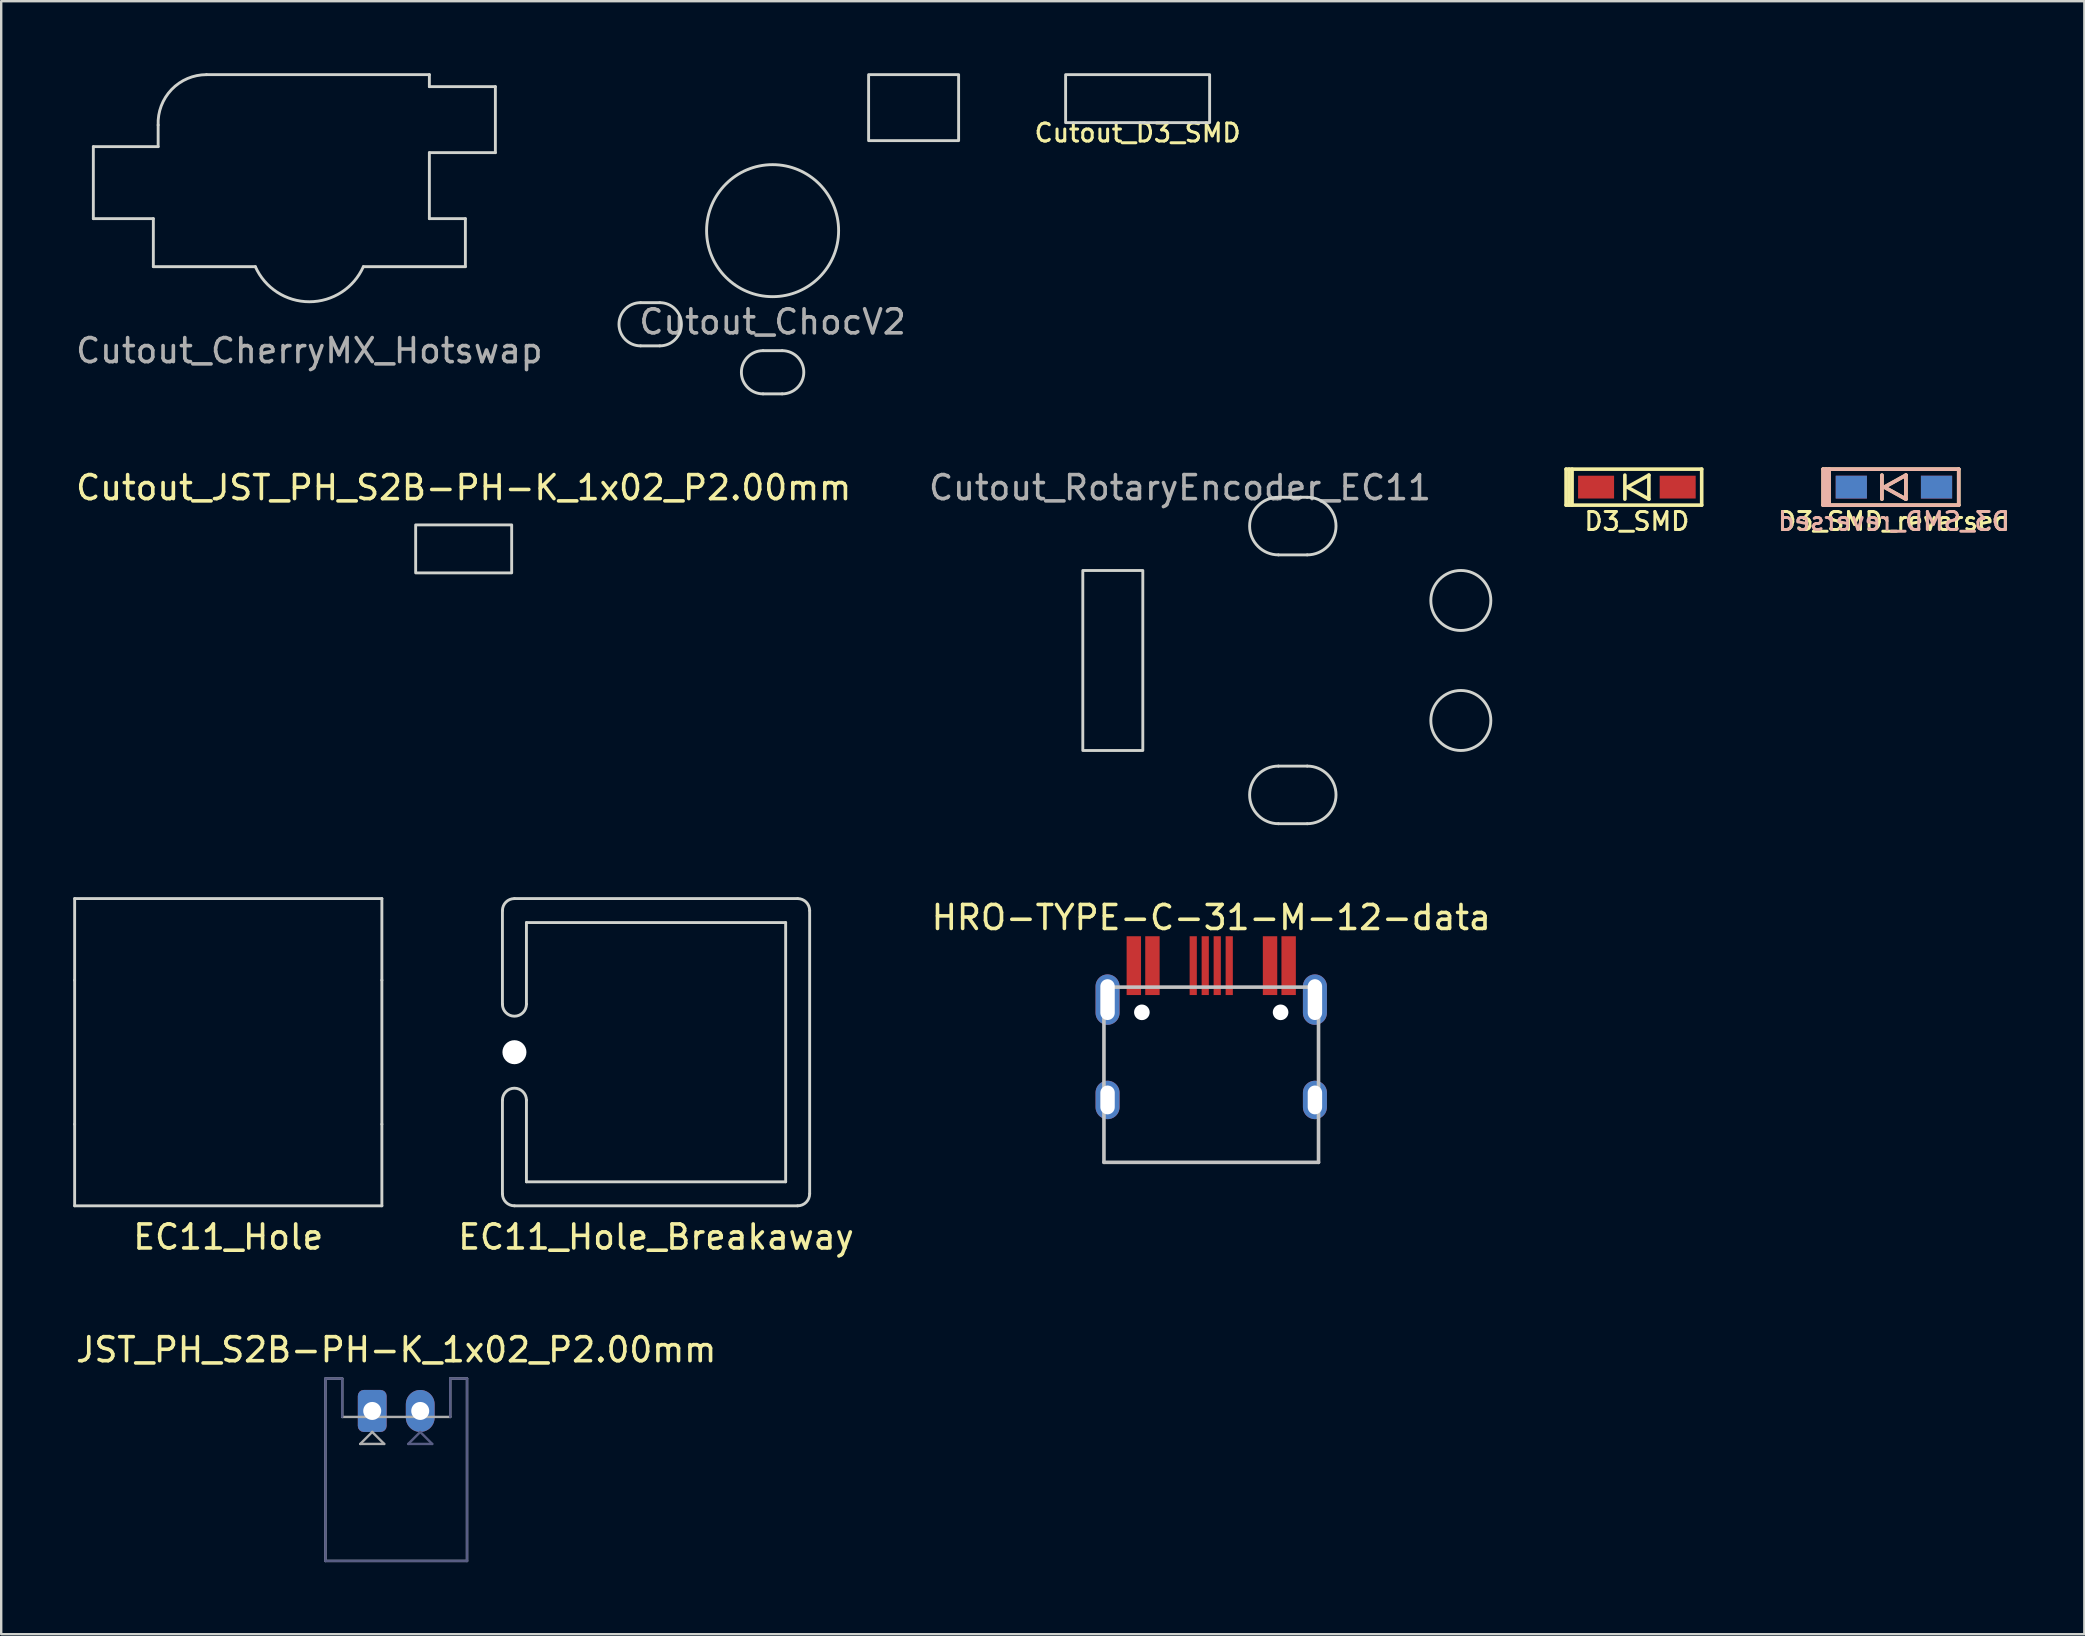
<source format=kicad_pcb>
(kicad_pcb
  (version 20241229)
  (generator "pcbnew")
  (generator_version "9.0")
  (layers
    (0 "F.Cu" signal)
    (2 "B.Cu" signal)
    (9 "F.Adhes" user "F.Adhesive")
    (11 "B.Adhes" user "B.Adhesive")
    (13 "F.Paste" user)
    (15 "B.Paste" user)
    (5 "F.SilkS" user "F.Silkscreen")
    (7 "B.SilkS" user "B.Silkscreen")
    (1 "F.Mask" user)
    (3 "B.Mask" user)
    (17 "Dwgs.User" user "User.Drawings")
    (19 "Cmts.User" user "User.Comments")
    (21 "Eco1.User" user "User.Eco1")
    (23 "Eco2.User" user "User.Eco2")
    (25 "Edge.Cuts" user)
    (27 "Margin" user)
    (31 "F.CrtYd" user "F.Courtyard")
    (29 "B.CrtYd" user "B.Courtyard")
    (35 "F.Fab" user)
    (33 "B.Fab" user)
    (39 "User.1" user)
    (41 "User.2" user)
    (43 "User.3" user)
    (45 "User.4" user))
  (footprint "D3_SMD"
    (layer "F.Cu")
    (at 65.148 17.245)
    (property "Reference" "D3_SMD" (at 0 1.425 0) (layer "F.SilkS") (effects (font (size 0.75 0.75) (thickness 0.125))))
    (attr through_hole)
    (fp_line (start -2.95 -0.75) (end -2.95 0.75) (stroke (width 0.15) (type solid)) (layer "F.SilkS"))
    (fp_line (start -2.95 0.75) (end 2.7 0.75) (stroke (width 0.15) (type solid)) (layer "F.SilkS"))
    (fp_line (start -2.825 -0.75) (end -2.825 0.75) (stroke (width 0.15) (type solid)) (layer "F.SilkS"))
    (fp_line (start -2.7 -0.75) (end -2.7 0.75) (stroke (width 0.15) (type solid)) (layer "F.SilkS"))
    (fp_line (start -0.5 -0.5) (end -0.5 0.5) (stroke (width 0.15) (type solid)) (layer "F.SilkS"))
    (fp_line (start -0.4 0) (end 0.5 -0.5) (stroke (width 0.15) (type solid)) (layer "F.SilkS"))
    (fp_line (start 0.5 -0.5) (end 0.5 0.5) (stroke (width 0.15) (type solid)) (layer "F.SilkS"))
    (fp_line (start 0.5 0.5) (end -0.4 0) (stroke (width 0.15) (type solid)) (layer "F.SilkS"))
    (fp_line (start 2.7 -0.75) (end -2.95 -0.75) (stroke (width 0.15) (type solid)) (layer "F.SilkS"))
    (fp_line (start 2.7 0.75) (end 2.7 -0.75) (stroke (width 0.15) (type solid)) (layer "F.SilkS"))
    (pad "1" smd rect (at -1.7 0) (size 1.5 0.95) (layers "F.Cu" "F.Mask" "F.Paste"))
    (pad "2" smd rect (at 1.7 0) (size 1.5 0.95) (layers "F.Cu" "F.Mask" "F.Paste")))
  (footprint "JST_PH_S2B-PH-K_1x02_P2.00mm"
    (layer "F.Cu")
    (at 12.458 55.735)
    (property "Reference" "JST_PH_S2B-PH-K_1x02_P2.00mm" (at 1 -2.55 0) (layer "F.SilkS") (effects (font (size 1 1) (thickness 0.15))))
    (attr through_hole)
    (fp_line (start -1.95 -1.35) (end -1.25 -1.35) (stroke (width 0.1) (type solid)) (layer "B.Fab"))
    (fp_line (start -1.95 6.25) (end -1.95 -1.35) (stroke (width 0.1) (type solid)) (layer "B.Fab"))
    (fp_line (start -1.25 -1.35) (end -1.25 0.25) (stroke (width 0.1) (type solid)) (layer "B.Fab"))
    (fp_line (start 1.5 1.375) (end 2 0.875) (stroke (width 0.1) (type solid)) (layer "B.Fab"))
    (fp_line (start 2 0.875) (end 2.5 1.375) (stroke (width 0.1) (type solid)) (layer "B.Fab"))
    (fp_line (start 2.5 1.375) (end 1.5 1.375) (stroke (width 0.1) (type solid)) (layer "B.Fab"))
    (fp_line (start 3.25 -1.35) (end 3.95 -1.35) (stroke (width 0.1) (type solid)) (layer "B.Fab"))
    (fp_line (start 3.25 0.25) (end 3.25 -1.35) (stroke (width 0.1) (type solid)) (layer "B.Fab"))
    (fp_line (start 3.95 -1.35) (end 3.95 6.25) (stroke (width 0.1) (type solid)) (layer "B.Fab"))
    (fp_line (start 3.95 6.25) (end -1.95 6.25) (stroke (width 0.1) (type solid)) (layer "B.Fab"))
    (fp_line (start -1.95 -1.35) (end -1.95 6.25) (stroke (width 0.1) (type solid)) (layer "F.Fab"))
    (fp_line (start -1.95 6.25) (end 3.95 6.25) (stroke (width 0.1) (type solid)) (layer "F.Fab"))
    (fp_line (start -1.25 -1.35) (end -1.95 -1.35) (stroke (width 0.1) (type solid)) (layer "F.Fab"))
    (fp_line (start -1.25 0.25) (end -1.25 -1.35) (stroke (width 0.1) (type solid)) (layer "F.Fab"))
    (fp_line (start -0.5 1.375) (end 0.5 1.375) (stroke (width 0.1) (type solid)) (layer "F.Fab"))
    (fp_line (start 0 0.875) (end -0.5 1.375) (stroke (width 0.1) (type solid)) (layer "F.Fab"))
    (fp_line (start 0.5 1.375) (end 0 0.875) (stroke (width 0.1) (type solid)) (layer "F.Fab"))
    (fp_line (start 3.25 -1.35) (end 3.25 0.25) (stroke (width 0.1) (type solid)) (layer "F.Fab"))
    (fp_line (start 3.25 0.25) (end -1.25 0.25) (stroke (width 0.1) (type solid)) (layer "F.Fab"))
    (fp_line (start 3.95 -1.35) (end 3.25 -1.35) (stroke (width 0.1) (type solid)) (layer "F.Fab"))
    (fp_line (start 3.95 6.25) (end 3.95 -1.35) (stroke (width 0.1) (type solid)) (layer "F.Fab"))
    (pad "1" thru_hole roundrect (at 0 0) (size 1.2 1.75) (drill 0.75) (layers "*.Cu" "*.Mask") (roundrect_rratio 0.208))
    (pad "2" thru_hole oval (at 2 0) (size 1.2 1.75) (drill 0.75) (layers "*.Cu" "*.Mask")))
  (footprint "HRO-TYPE-C-31-M-12-data"
    (layer "F.Cu")
    (at 47.414 45.377)
    (property "Reference" "HRO-TYPE-C-31-M-12-data" (at 0 -10.2 0) (layer "F.SilkS") (effects (font (size 1 1) (thickness 0.15))))
    (attr smd)
    (fp_line (start -4.47 -7.3) (end 4.47 -7.3) (stroke (width 0.15) (type solid)) (layer "Dwgs.User"))
    (fp_line (start -4.47 0) (end -4.47 -7.3) (stroke (width 0.15) (type solid)) (layer "Dwgs.User"))
    (fp_line (start -4.47 0) (end 4.47 0) (stroke (width 0.15) (type solid)) (layer "Dwgs.User"))
    (fp_line (start 4.47 0) (end 4.47 -7.3) (stroke (width 0.15) (type solid)) (layer "Dwgs.User"))
    (pad "" np_thru_hole circle (at -2.89 -6.25) (size 0.65 0.65) (drill 0.65) (layers "*.Cu" "*.Mask"))
    (pad "" np_thru_hole circle (at 2.89 -6.25) (size 0.65 0.65) (drill 0.65) (layers "*.Cu" "*.Mask"))
    (pad "1" smd rect (at -3.225 -8.195) (size 0.6 2.45) (layers "F.Cu" "F.Mask" "F.Paste"))
    (pad "2" smd rect (at -2.45 -8.195) (size 0.6 2.45) (layers "F.Cu" "F.Mask" "F.Paste"))
    (pad "5" smd rect (at -0.75 -8.195) (size 0.3 2.45) (layers "F.Cu" "F.Mask" "F.Paste"))
    (pad "6" smd rect (at -0.25 -8.195) (size 0.3 2.45) (layers "F.Cu" "F.Mask" "F.Paste"))
    (pad "7" smd rect (at 0.25 -8.195) (size 0.3 2.45) (layers "F.Cu" "F.Mask" "F.Paste"))
    (pad "8" smd rect (at 0.75 -8.195) (size 0.3 2.45) (layers "F.Cu" "F.Mask" "F.Paste"))
    (pad "11" smd rect (at 2.45 -8.195) (size 0.6 2.45) (layers "F.Cu" "F.Mask" "F.Paste"))
    (pad "12" smd rect (at 3.225 -8.195) (size 0.6 2.45) (layers "F.Cu" "F.Mask" "F.Paste"))
    (pad "13" thru_hole oval (at -4.32 -6.78) (size 1 2.1) (drill oval 0.6 1.7) (layers "*.Cu" "B.Mask"))
    (pad "13" thru_hole oval (at -4.32 -2.6) (size 1 1.6) (drill oval 0.6 1.2) (layers "*.Cu" "B.Mask"))
    (pad "13" thru_hole oval (at 4.32 -6.78) (size 1 2.1) (drill oval 0.6 1.7) (layers "*.Cu" "B.Mask"))
    (pad "13" thru_hole oval (at 4.32 -2.6) (size 1 1.6) (drill oval 0.6 1.2) (layers "*.Cu" "B.Mask")))
  (footprint "Cutout_D3_SMD"
    (layer "F.Cu")
    (at 44.347 1.06)
    (property "Reference" "Cutout_D3_SMD" (at 0 1.425 0) (layer "F.SilkS") (effects (font (size 0.75 0.75) (thickness 0.125))))
    (fp_rect (start -3 -1) (end 3 1) (stroke (width 0.12) (type solid)) (fill no) (layer "Edge.Cuts")))
  (footprint "EC11_Hole"
    (layer "F.Cu")
    (at 6.46 40.788)
    (property "Reference" "EC11_Hole" (at 0 7.7 0) (unlocked yes) (layer "F.SilkS") (effects (font (size 1 1) (thickness 0.15))))
    (attr through_hole)
    (fp_line (start -6.4 -6.4) (end -6.4 -3) (stroke (width 0.12) (type solid)) (layer "Edge.Cuts"))
    (fp_line (start -6.4 -6.4) (end 6.4 -6.4) (stroke (width 0.12) (type solid)) (layer "Edge.Cuts"))
    (fp_line (start -6.4 -3) (end -6.4 3) (stroke (width 0.12) (type solid)) (layer "Edge.Cuts"))
    (fp_line (start -6.4 3) (end -6.4 6.4) (stroke (width 0.12) (type solid)) (layer "Edge.Cuts"))
    (fp_line (start 6.4 -3) (end 6.4 -6.4) (stroke (width 0.12) (type solid)) (layer "Edge.Cuts"))
    (fp_line (start 6.4 -3) (end 6.4 3) (stroke (width 0.12) (type solid)) (layer "Edge.Cuts"))
    (fp_line (start 6.4 6.4) (end -6.4 6.4) (stroke (width 0.12) (type solid)) (layer "Edge.Cuts"))
    (fp_line (start 6.4 6.4) (end 6.4 3) (stroke (width 0.12) (type solid)) (layer "Edge.Cuts")))
  (footprint "Cutout_CherryMX_Hotswap"
    (layer "F.Cu")
    (at 9.839 7.06)
    (property "Reference" "Cutout_CherryMX_Hotswap" (at 0 4.5 0) (layer "F.Fab") (effects (font (size 1 1) (thickness 0.15))))
    (fp_line (start -9 -4) (end -9 -1) (stroke (width 0.12) (type solid)) (layer "Edge.Cuts"))
    (fp_line (start -9 -1) (end -6.5 -1) (stroke (width 0.12) (type solid)) (layer "Edge.Cuts"))
    (fp_line (start -6.5 -1) (end -6.5 1) (stroke (width 0.12) (type solid)) (layer "Edge.Cuts"))
    (fp_line (start -6.5 1) (end -2.25 1) (stroke (width 0.12) (type solid)) (layer "Edge.Cuts"))
    (fp_line (start -6.3 -4) (end -9 -4) (stroke (width 0.12) (type solid)) (layer "Edge.Cuts"))
    (fp_line (start -6.3 -4) (end -6.3 -4.9) (stroke (width 0.12) (type solid)) (layer "Edge.Cuts"))
    (fp_line (start 2.25 1) (end 6.5 1) (stroke (width 0.12) (type solid)) (layer "Edge.Cuts"))
    (fp_line (start 5 -7) (end -4.286 -7) (stroke (width 0.12) (type solid)) (layer "Edge.Cuts"))
    (fp_line (start 5 -6.5) (end 5 -7) (stroke (width 0.12) (type solid)) (layer "Edge.Cuts"))
    (fp_line (start 5 -3.75) (end 7.75 -3.75) (stroke (width 0.12) (type solid)) (layer "Edge.Cuts"))
    (fp_line (start 5 -1) (end 5 -3.75) (stroke (width 0.12) (type solid)) (layer "Edge.Cuts"))
    (fp_line (start 6.5 -1) (end 5 -1) (stroke (width 0.12) (type solid)) (layer "Edge.Cuts"))
    (fp_line (start 6.5 1) (end 6.5 -1) (stroke (width 0.12) (type solid)) (layer "Edge.Cuts"))
    (fp_line (start 7.75 -6.5) (end 5 -6.5) (stroke (width 0.12) (type solid)) (layer "Edge.Cuts"))
    (fp_line (start 7.75 -3.75) (end 7.75 -6.5) (stroke (width 0.12) (type solid)) (layer "Edge.Cuts"))
    (fp_arc (start -6.3 -4.9) (mid -5.740696 -6.37951) (end -4.285786 -7) (stroke (width 0.12) (type solid)) (layer "Edge.Cuts"))
    (fp_arc (start 2.25 1) (mid 0 2.462214) (end -2.25 1) (stroke (width 0.12) (type solid)) (layer "Edge.Cuts")))
  (footprint "Cutout_RotaryEncoder_EC11"
    (layer "F.Cu")
    (at 50.813 24.468)
    (property "Reference" "Cutout_RotaryEncoder_EC11" (at -4.7 -7.2 0) (layer "F.Fab") (effects (font (size 1 1) (thickness 0.15))))
    (attr through_hole)
    (fp_line (start -0.6 -6.8) (end 0.6 -6.8) (stroke (width 0.12) (type solid)) (layer "Edge.Cuts"))
    (fp_line (start -0.6 -4.4) (end 0.6 -4.4) (stroke (width 0.12) (type solid)) (layer "Edge.Cuts"))
    (fp_line (start -0.6 4.4) (end 0.6 4.4) (stroke (width 0.12) (type solid)) (layer "Edge.Cuts"))
    (fp_line (start -0.6 6.8) (end 0.6 6.8) (stroke (width 0.12) (type solid)) (layer "Edge.Cuts"))
    (fp_rect (start -8.75 -3.75) (end -6.25 3.75) (stroke (width 0.12) (type solid)) (fill no) (layer "Edge.Cuts"))
    (fp_arc (start -0.6 -4.4) (mid -1.8 -5.6) (end -0.6 -6.8) (stroke (width 0.12) (type solid)) (layer "Edge.Cuts"))
    (fp_arc (start -0.6 6.8) (mid -1.8 5.6) (end -0.6 4.4) (stroke (width 0.12) (type solid)) (layer "Edge.Cuts"))
    (fp_arc (start 0.6 -6.8) (mid 1.8 -5.6) (end 0.6 -4.4) (stroke (width 0.12) (type solid)) (layer "Edge.Cuts"))
    (fp_arc (start 0.6 4.4) (mid 1.8 5.6) (end 0.6 6.8) (stroke (width 0.12) (type solid)) (layer "Edge.Cuts"))
    (fp_circle (center 7 -2.5) (end 7 -3.75) (stroke (width 0.12) (type solid)) (fill no) (layer "Edge.Cuts"))
    (fp_circle (center 7 2.5) (end 7 1.25) (stroke (width 0.12) (type solid)) (fill no) (layer "Edge.Cuts")))
  (footprint "Cutout_ChocV2"
    (layer "F.Cu")
    (at 29.139 6.56)
    (property "Reference" "Cutout_ChocV2" (at 0 3.8 0) (layer "F.Fab") (effects (font (size 1 1) (thickness 0.15))))
    (attr through_hole)
    (fp_line (start -5.5 3) (end -4.7 3) (stroke (width 0.12) (type solid)) (layer "Edge.Cuts"))
    (fp_line (start -5.5 4.8) (end -4.7 4.8) (stroke (width 0.12) (type solid)) (layer "Edge.Cuts"))
    (fp_line (start -0.4 5) (end 0.4 5) (stroke (width 0.12) (type solid)) (layer "Edge.Cuts"))
    (fp_line (start -0.4 6.8) (end 0.4 6.8) (stroke (width 0.12) (type solid)) (layer "Edge.Cuts"))
    (fp_rect (start 4 -6.5) (end 7.75 -3.75) (stroke (width 0.12) (type solid)) (fill no) (layer "Edge.Cuts"))
    (fp_arc (start -5.5 4.8) (mid -6.4 3.9) (end -5.5 3) (stroke (width 0.12) (type solid)) (layer "Edge.Cuts"))
    (fp_arc (start -4.7 3) (mid -3.8 3.9) (end -4.7 4.8) (stroke (width 0.12) (type solid)) (layer "Edge.Cuts"))
    (fp_arc (start -0.4 6.8) (mid -1.3 5.9) (end -0.4 5) (stroke (width 0.12) (type solid)) (layer "Edge.Cuts"))
    (fp_arc (start 0.4 5) (mid 1.3 5.9) (end 0.4 6.8) (stroke (width 0.12) (type solid)) (layer "Edge.Cuts"))
    (fp_circle (center 0 0) (end 0 -2.75) (stroke (width 0.12) (type solid)) (fill no) (layer "Edge.Cuts")))
  (footprint "EC11_Hole_Breakaway"
    (layer "F.Cu")
    (at 24.283 40.788)
    (property "Reference" "EC11_Hole_Breakaway" (at 0 7.7 0) (unlocked yes) (layer "F.SilkS") (effects (font (size 1 1) (thickness 0.15))))
    (fp_line (start -6.4 -5.9) (end -6.4 -2) (stroke (width 0.12) (type solid)) (layer "Edge.Cuts"))
    (fp_line (start -6.4 2) (end -6.4 5.9) (stroke (width 0.12) (type solid)) (layer "Edge.Cuts"))
    (fp_line (start -5.9 -6.4) (end 5.9 -6.4) (stroke (width 0.12) (type solid)) (layer "Edge.Cuts"))
    (fp_line (start -5.4 -5.4) (end 5.4 -5.4) (stroke (width 0.12) (type solid)) (layer "Edge.Cuts"))
    (fp_line (start -5.4 -2) (end -5.4 -5.4) (stroke (width 0.12) (type solid)) (layer "Edge.Cuts"))
    (fp_line (start -5.4 5.4) (end -5.4 2) (stroke (width 0.12) (type solid)) (layer "Edge.Cuts"))
    (fp_line (start 5.4 -5.4) (end 5.4 5.4) (stroke (width 0.12) (type solid)) (layer "Edge.Cuts"))
    (fp_line (start 5.4 5.4) (end -5.4 5.4) (stroke (width 0.12) (type solid)) (layer "Edge.Cuts"))
    (fp_line (start 5.9 6.4) (end -5.9 6.4) (stroke (width 0.12) (type solid)) (layer "Edge.Cuts"))
    (fp_line (start 6.4 5.9) (end 6.4 -5.9) (stroke (width 0.12) (type solid)) (layer "Edge.Cuts"))
    (fp_arc (start -6.4 -5.9) (mid -6.253553 -6.253553) (end -5.9 -6.4) (stroke (width 0.12) (type solid)) (layer "Edge.Cuts"))
    (fp_arc (start -6.4 2) (mid -5.9 1.5) (end -5.4 2) (stroke (width 0.12) (type solid)) (layer "Edge.Cuts"))
    (fp_arc (start -5.9 6.4) (mid -6.253553 6.253553) (end -6.4 5.9) (stroke (width 0.12) (type solid)) (layer "Edge.Cuts"))
    (fp_arc (start -5.4 -2) (mid -5.9 -1.5) (end -6.4 -2) (stroke (width 0.12) (type solid)) (layer "Edge.Cuts"))
    (fp_arc (start 5.9 -6.4) (mid 6.253553 -6.253553) (end 6.4 -5.9) (stroke (width 0.12) (type solid)) (layer "Edge.Cuts"))
    (fp_arc (start 6.4 5.9) (mid 6.253553 6.253553) (end 5.9 6.4) (stroke (width 0.12) (type solid)) (layer "Edge.Cuts"))
    (pad "" np_thru_hole circle (at -5.9 0 90) (size 1 1) (drill 1) (layers "*.Cu" "*.Mask")))
  (footprint "D3_SMD_reversed"
    (layer "F.Cu")
    (at 75.857 17.245)
    (property "Reference" "D3_SMD_reversed" (at 0 1.425 0) (layer "F.SilkS") (effects (font (size 0.75 0.75) (thickness 0.125))))
    (attr through_hole)
    (fp_line (start -2.95 -0.75) (end -2.95 0.75) (stroke (width 0.15) (type solid)) (layer "F.SilkS"))
    (fp_line (start -2.95 0.75) (end 2.7 0.75) (stroke (width 0.15) (type solid)) (layer "F.SilkS"))
    (fp_line (start -2.825 -0.75) (end -2.825 0.75) (stroke (width 0.15) (type solid)) (layer "F.SilkS"))
    (fp_line (start -2.7 -0.75) (end -2.7 0.75) (stroke (width 0.15) (type solid)) (layer "F.SilkS"))
    (fp_line (start -0.5 -0.5) (end -0.5 0.5) (stroke (width 0.15) (type solid)) (layer "F.SilkS"))
    (fp_line (start -0.4 0) (end 0.5 -0.5) (stroke (width 0.15) (type solid)) (layer "F.SilkS"))
    (fp_line (start 0.5 -0.5) (end 0.5 0.5) (stroke (width 0.15) (type solid)) (layer "F.SilkS"))
    (fp_line (start 0.5 0.5) (end -0.4 0) (stroke (width 0.15) (type solid)) (layer "F.SilkS"))
    (fp_line (start 2.7 -0.75) (end -2.95 -0.75) (stroke (width 0.15) (type solid)) (layer "F.SilkS"))
    (fp_line (start 2.7 -0.75) (end 2.7 0.75) (stroke (width 0.15) (type solid)) (layer "F.SilkS"))
    (fp_line (start -2.95 -0.75) (end -2.95 0.75) (stroke (width 0.15) (type solid)) (layer "B.SilkS"))
    (fp_line (start -2.95 0.75) (end 2.7 0.75) (stroke (width 0.15) (type solid)) (layer "B.SilkS"))
    (fp_line (start -2.825 -0.75) (end -2.825 0.75) (stroke (width 0.15) (type solid)) (layer "B.SilkS"))
    (fp_line (start -2.7 -0.75) (end -2.7 0.75) (stroke (width 0.15) (type solid)) (layer "B.SilkS"))
    (fp_line (start -0.5 -0.5) (end -0.5 0.5) (stroke (width 0.15) (type solid)) (layer "B.SilkS"))
    (fp_line (start -0.4 0) (end 0.5 -0.5) (stroke (width 0.15) (type solid)) (layer "B.SilkS"))
    (fp_line (start 0.5 -0.5) (end 0.5 0.5) (stroke (width 0.15) (type solid)) (layer "B.SilkS"))
    (fp_line (start 0.5 0.5) (end -0.4 0) (stroke (width 0.15) (type solid)) (layer "B.SilkS"))
    (fp_line (start 2.7 -0.75) (end -2.95 -0.75) (stroke (width 0.15) (type solid)) (layer "B.SilkS"))
    (fp_line (start 2.7 0.75) (end 2.7 -0.75) (stroke (width 0.15) (type solid)) (layer "B.SilkS"))
    (fp_text user "${REFERENCE}" (at 0 1.425 0) (unlocked yes) (layer "B.SilkS") (effects (font (size 0.75 0.75) (thickness 0.125)) (justify mirror)))
    (pad "1" smd rect (at -1.775 0) (size 1.3 0.95) (layers "F.Cu" "F.Mask" "F.Paste"))
    (pad "1" smd rect (at -1.775 0) (size 1.3 0.95) (layers "B.Cu" "B.Mask" "B.Paste"))
    (pad "2" smd rect (at 1.775 0) (size 1.3 0.95) (layers "F.Cu" "F.Mask" "F.Paste"))
    (pad "2" smd rect (at 1.775 0) (size 1.3 0.95) (layers "B.Cu" "B.Mask" "B.Paste")))
  (footprint "Cutout_JST_PH_S2B-PH-K_1x02_P2.00mm"
    (layer "F.Cu")
    (at 15.268 19.818)
    (property "Reference" "Cutout_JST_PH_S2B-PH-K_1x02_P2.00mm" (at 1 -2.55 0) (layer "F.SilkS") (effects (font (size 1 1) (thickness 0.15))))
    (attr through_hole)
    (fp_rect (start -1 -1) (end 3 1) (stroke (width 0.12) (type solid)) (fill no) (layer "Edge.Cuts")))
  (gr_rect
    (start -3 -3)
    (end 83.791 65.035)
    (stroke (width 0.1) (type default))
    (fill no)
    (layer "Edge.Cuts")))
</source>
